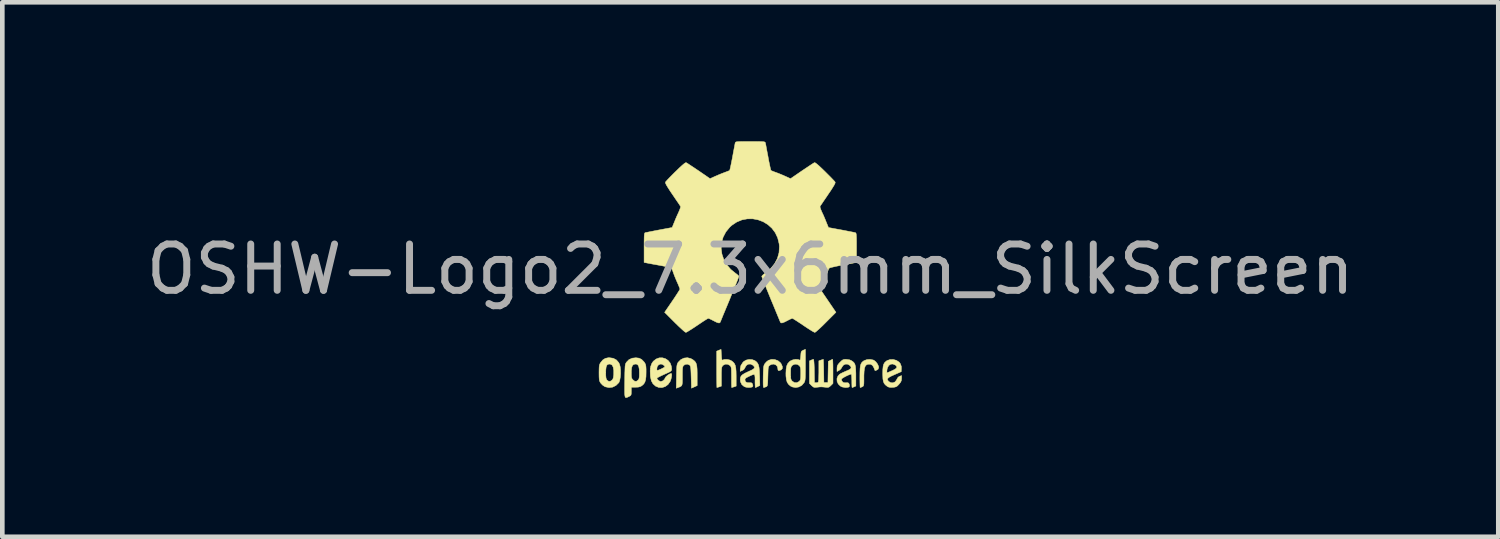
<source format=kicad_pcb>
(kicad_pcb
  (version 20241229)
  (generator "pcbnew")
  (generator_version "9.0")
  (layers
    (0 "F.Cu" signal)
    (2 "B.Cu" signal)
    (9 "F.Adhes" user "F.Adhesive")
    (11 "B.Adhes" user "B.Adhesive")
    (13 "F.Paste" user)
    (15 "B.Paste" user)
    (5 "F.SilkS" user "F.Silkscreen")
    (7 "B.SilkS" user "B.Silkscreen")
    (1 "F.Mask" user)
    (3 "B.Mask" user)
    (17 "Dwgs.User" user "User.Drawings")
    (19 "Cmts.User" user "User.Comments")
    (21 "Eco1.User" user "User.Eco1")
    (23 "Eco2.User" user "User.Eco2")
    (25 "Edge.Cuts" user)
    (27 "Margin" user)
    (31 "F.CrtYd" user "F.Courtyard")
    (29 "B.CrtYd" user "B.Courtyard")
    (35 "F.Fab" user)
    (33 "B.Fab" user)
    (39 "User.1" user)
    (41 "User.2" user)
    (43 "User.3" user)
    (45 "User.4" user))
  (footprint "OSHW-Logo2_7.3x6mm_SilkScreen"
    (layer "F.Cu")
    (at 13.149 2.763)
    (property "Reference" "OSHW-Logo2_7.3x6mm_SilkScreen" (at 0 0 180) (layer "F.Fab") (effects (font (size 1 1) (thickness 0.15))))
    (attr exclude_from_pos_files exclude_from_bom)
    (fp_poly (pts (xy 2.653 1.959) (xy 2.67 1.966) (xy 2.711 1.999) (xy 2.747 2.047) (xy 2.769 2.097) (xy 2.772 2.122) (xy 2.76 2.157) (xy 2.734 2.175) (xy 2.706 2.187) (xy 2.693 2.189) (xy 2.687 2.174) (xy 2.674 2.141) (xy 2.669 2.127) (xy 2.639 2.076) (xy 2.595 2.05) (xy 2.538 2.051) (xy 2.534 2.052) (xy 2.504 2.067) (xy 2.481 2.094) (xy 2.466 2.139) (xy 2.457 2.205) (xy 2.453 2.294) (xy 2.453 2.341) (xy 2.453 2.416) (xy 2.452 2.467) (xy 2.448 2.499) (xy 2.442 2.518) (xy 2.432 2.529) (xy 2.417 2.537) (xy 2.416 2.538) (xy 2.387 2.55) (xy 2.372 2.555) (xy 2.37 2.541) (xy 2.368 2.503) (xy 2.367 2.446) (xy 2.366 2.374) (xy 2.366 2.322) (xy 2.367 2.22) (xy 2.37 2.143) (xy 2.377 2.086) (xy 2.389 2.045) (xy 2.407 2.014) (xy 2.432 1.99) (xy 2.457 1.973) (xy 2.517 1.951) (xy 2.587 1.946) (xy 2.653 1.959)) (stroke (width 0.01) (type solid)) (fill yes) (layer "F.SilkS"))
    (fp_poly (pts (xy -1.284 1.928) (xy -1.237 1.955) (xy -1.205 1.981) (xy -1.181 2.009) (xy -1.165 2.044) (xy -1.155 2.089) (xy -1.149 2.151) (xy -1.147 2.234) (xy -1.147 2.293) (xy -1.147 2.512) (xy -1.208 2.54) (xy -1.27 2.568) (xy -1.277 2.328) (xy -1.28 2.238) (xy -1.283 2.173) (xy -1.287 2.128) (xy -1.293 2.099) (xy -1.3 2.081) (xy -1.31 2.07) (xy -1.313 2.067) (xy -1.36 2.048) (xy -1.408 2.056) (xy -1.437 2.076) (xy -1.449 2.09) (xy -1.457 2.108) (xy -1.462 2.136) (xy -1.465 2.179) (xy -1.466 2.242) (xy -1.466 2.307) (xy -1.466 2.389) (xy -1.467 2.447) (xy -1.472 2.486) (xy -1.482 2.512) (xy -1.499 2.528) (xy -1.525 2.541) (xy -1.56 2.554) (xy -1.598 2.569) (xy -1.594 2.311) (xy -1.592 2.219) (xy -1.59 2.15) (xy -1.587 2.101) (xy -1.582 2.066) (xy -1.575 2.042) (xy -1.566 2.022) (xy -1.554 2.005) (xy -1.499 1.95) (xy -1.431 1.918) (xy -1.357 1.91) (xy -1.284 1.928)) (stroke (width 0.01) (type solid)) (fill yes) (layer "F.SilkS"))
    (fp_poly (pts (xy 0.53 1.95) (xy 0.596 1.974) (xy 0.649 2.017) (xy 0.67 2.047) (xy 0.693 2.103) (xy 0.692 2.143) (xy 0.669 2.17) (xy 0.66 2.175) (xy 0.622 2.189) (xy 0.602 2.185) (xy 0.595 2.161) (xy 0.595 2.148) (xy 0.583 2.099) (xy 0.551 2.065) (xy 0.508 2.048) (xy 0.459 2.053) (xy 0.419 2.074) (xy 0.405 2.087) (xy 0.396 2.101) (xy 0.389 2.124) (xy 0.385 2.159) (xy 0.383 2.212) (xy 0.381 2.288) (xy 0.38 2.312) (xy 0.378 2.394) (xy 0.376 2.451) (xy 0.372 2.49) (xy 0.367 2.513) (xy 0.359 2.526) (xy 0.347 2.535) (xy 0.339 2.538) (xy 0.307 2.55) (xy 0.288 2.555) (xy 0.282 2.541) (xy 0.278 2.5) (xy 0.277 2.431) (xy 0.278 2.334) (xy 0.278 2.319) (xy 0.28 2.23) (xy 0.283 2.165) (xy 0.286 2.119) (xy 0.292 2.087) (xy 0.3 2.064) (xy 0.311 2.044) (xy 0.317 2.035) (xy 0.35 1.998) (xy 0.388 1.969) (xy 0.392 1.966) (xy 0.459 1.946) (xy 0.53 1.95)) (stroke (width 0.01) (type solid)) (fill yes) (layer "F.SilkS"))
    (fp_poly (pts (xy -0.624 1.851) (xy -0.62 1.911) (xy -0.615 1.946) (xy -0.608 1.961) (xy -0.598 1.961) (xy -0.595 1.959) (xy -0.552 1.946) (xy -0.497 1.947) (xy -0.44 1.96) (xy -0.405 1.978) (xy -0.369 2.006) (xy -0.342 2.038) (xy -0.324 2.078) (xy -0.313 2.132) (xy -0.307 2.204) (xy -0.305 2.299) (xy -0.305 2.317) (xy -0.305 2.523) (xy -0.351 2.539) (xy -0.383 2.549) (xy -0.401 2.554) (xy -0.401 2.555) (xy -0.403 2.541) (xy -0.405 2.503) (xy -0.406 2.446) (xy -0.406 2.375) (xy -0.406 2.332) (xy -0.407 2.247) (xy -0.408 2.186) (xy -0.41 2.144) (xy -0.415 2.117) (xy -0.422 2.098) (xy -0.433 2.085) (xy -0.44 2.078) (xy -0.487 2.051) (xy -0.538 2.049) (xy -0.584 2.072) (xy -0.593 2.08) (xy -0.605 2.095) (xy -0.614 2.114) (xy -0.619 2.14) (xy -0.622 2.18) (xy -0.624 2.238) (xy -0.624 2.318) (xy -0.624 2.523) (xy -0.67 2.539) (xy -0.702 2.549) (xy -0.72 2.554) (xy -0.721 2.555) (xy -0.722 2.541) (xy -0.723 2.501) (xy -0.724 2.441) (xy -0.725 2.362) (xy -0.726 2.269) (xy -0.726 2.167) (xy -0.726 1.769) (xy -0.679 1.749) (xy -0.631 1.73) (xy -0.624 1.851)) (stroke (width 0.01) (type solid)) (fill yes) (layer "F.SilkS"))
    (fp_poly (pts (xy 1.78 1.959) (xy 1.782 1.997) (xy 1.784 2.055) (xy 1.785 2.128) (xy 1.785 2.205) (xy 1.785 2.465) (xy 1.739 2.511) (xy 1.708 2.539) (xy 1.68 2.551) (xy 1.642 2.55) (xy 1.627 2.548) (xy 1.58 2.543) (xy 1.541 2.54) (xy 1.531 2.54) (xy 1.499 2.541) (xy 1.453 2.546) (xy 1.436 2.548) (xy 1.392 2.552) (xy 1.363 2.544) (xy 1.334 2.521) (xy 1.323 2.511) (xy 1.277 2.465) (xy 1.277 1.979) (xy 1.314 1.962) (xy 1.346 1.949) (xy 1.365 1.945) (xy 1.369 1.959) (xy 1.374 1.997) (xy 1.378 2.056) (xy 1.381 2.132) (xy 1.382 2.195) (xy 1.386 2.446) (xy 1.421 2.451) (xy 1.452 2.447) (xy 1.468 2.436) (xy 1.472 2.415) (xy 1.476 2.371) (xy 1.478 2.309) (xy 1.48 2.235) (xy 1.48 2.197) (xy 1.48 1.977) (xy 1.526 1.961) (xy 1.559 1.95) (xy 1.576 1.945) (xy 1.577 1.945) (xy 1.578 1.959) (xy 1.58 1.997) (xy 1.582 2.054) (xy 1.584 2.127) (xy 1.585 2.195) (xy 1.589 2.446) (xy 1.676 2.446) (xy 1.68 2.217) (xy 1.684 1.989) (xy 1.727 1.967) (xy 1.758 1.952) (xy 1.777 1.945) (xy 1.777 1.945) (xy 1.78 1.959)) (stroke (width 0.01) (type solid)) (fill yes) (layer "F.SilkS"))
    (fp_poly (pts (xy -2.959 1.922) (xy -2.891 1.958) (xy -2.841 2.015) (xy -2.823 2.052) (xy -2.809 2.108) (xy -2.802 2.178) (xy -2.801 2.255) (xy -2.807 2.33) (xy -2.818 2.394) (xy -2.834 2.441) (xy -2.839 2.449) (xy -2.9 2.509) (xy -2.971 2.545) (xy -3.049 2.555) (xy -3.127 2.539) (xy -3.149 2.529) (xy -3.192 2.499) (xy -3.229 2.459) (xy -3.233 2.454) (xy -3.247 2.43) (xy -3.257 2.404) (xy -3.262 2.37) (xy -3.265 2.321) (xy -3.266 2.251) (xy -3.266 2.235) (xy -3.266 2.23) (xy -3.121 2.23) (xy -3.12 2.296) (xy -3.116 2.34) (xy -3.109 2.369) (xy -3.098 2.388) (xy -3.092 2.395) (xy -3.057 2.42) (xy -3.023 2.419) (xy -2.989 2.397) (xy -2.969 2.374) (xy -2.957 2.34) (xy -2.95 2.288) (xy -2.949 2.281) (xy -2.948 2.186) (xy -2.96 2.114) (xy -2.985 2.068) (xy -3.023 2.048) (xy -3.037 2.047) (xy -3.073 2.052) (xy -3.097 2.072) (xy -3.112 2.109) (xy -3.119 2.168) (xy -3.121 2.23) (xy -3.266 2.23) (xy -3.265 2.16) (xy -3.263 2.108) (xy -3.258 2.072) (xy -3.249 2.045) (xy -3.236 2.022) (xy -3.233 2.017) (xy -3.184 1.958) (xy -3.13 1.924) (xy -3.064 1.91) (xy -3.042 1.91) (xy -2.959 1.922)) (stroke (width 0.01) (type solid)) (fill yes) (layer "F.SilkS"))
    (fp_poly (pts (xy 3.154 1.967) (xy 3.211 2.004) (xy 3.239 2.038) (xy 3.261 2.099) (xy 3.262 2.147) (xy 3.258 2.212) (xy 3.11 2.277) (xy 3.037 2.31) (xy 2.99 2.337) (xy 2.966 2.36) (xy 2.961 2.383) (xy 2.975 2.407) (xy 2.99 2.424) (xy 3.034 2.45) (xy 3.081 2.452) (xy 3.125 2.432) (xy 3.157 2.391) (xy 3.163 2.376) (xy 3.191 2.331) (xy 3.222 2.312) (xy 3.266 2.296) (xy 3.266 2.358) (xy 3.262 2.4) (xy 3.247 2.436) (xy 3.215 2.477) (xy 3.211 2.482) (xy 3.176 2.519) (xy 3.145 2.538) (xy 3.108 2.547) (xy 3.076 2.55) (xy 3.02 2.551) (xy 2.981 2.542) (xy 2.956 2.528) (xy 2.917 2.497) (xy 2.89 2.465) (xy 2.873 2.423) (xy 2.863 2.368) (xy 2.86 2.291) (xy 2.859 2.253) (xy 2.86 2.206) (xy 2.948 2.206) (xy 2.949 2.231) (xy 2.952 2.235) (xy 2.968 2.23) (xy 3.004 2.215) (xy 3.052 2.194) (xy 3.062 2.19) (xy 3.123 2.159) (xy 3.157 2.132) (xy 3.164 2.106) (xy 3.146 2.08) (xy 3.132 2.069) (xy 3.079 2.046) (xy 3.03 2.05) (xy 2.989 2.078) (xy 2.961 2.127) (xy 2.952 2.166) (xy 2.948 2.206) (xy 2.86 2.206) (xy 2.861 2.162) (xy 2.868 2.095) (xy 2.882 2.047) (xy 2.904 2.011) (xy 2.937 1.983) (xy 2.951 1.973) (xy 3.015 1.95) (xy 3.085 1.948) (xy 3.154 1.967)) (stroke (width 0.01) (type solid)) (fill yes) (layer "F.SilkS"))
    (fp_poly (pts (xy 1.19 2.065) (xy 1.19 2.174) (xy 1.189 2.257) (xy 1.188 2.32) (xy 1.185 2.365) (xy 1.181 2.397) (xy 1.175 2.421) (xy 1.167 2.439) (xy 1.161 2.449) (xy 1.112 2.506) (xy 1.049 2.541) (xy 0.98 2.554) (xy 0.911 2.542) (xy 0.869 2.522) (xy 0.826 2.485) (xy 0.796 2.441) (xy 0.779 2.383) (xy 0.77 2.306) (xy 0.769 2.25) (xy 0.769 2.246) (xy 0.871 2.246) (xy 0.871 2.311) (xy 0.874 2.354) (xy 0.881 2.382) (xy 0.893 2.402) (xy 0.906 2.417) (xy 0.953 2.447) (xy 1.004 2.449) (xy 1.051 2.425) (xy 1.055 2.421) (xy 1.071 2.404) (xy 1.081 2.383) (xy 1.086 2.352) (xy 1.088 2.305) (xy 1.089 2.252) (xy 1.088 2.185) (xy 1.085 2.141) (xy 1.078 2.112) (xy 1.066 2.091) (xy 1.057 2.08) (xy 1.013 2.052) (xy 0.962 2.049) (xy 0.914 2.07) (xy 0.904 2.078) (xy 0.889 2.096) (xy 0.879 2.117) (xy 0.873 2.148) (xy 0.871 2.196) (xy 0.871 2.246) (xy 0.769 2.246) (xy 0.773 2.159) (xy 0.785 2.09) (xy 0.807 2.039) (xy 0.842 1.998) (xy 0.869 1.978) (xy 0.919 1.956) (xy 0.976 1.945) (xy 1.03 1.948) (xy 1.06 1.959) (xy 1.071 1.962) (xy 1.079 1.951) (xy 1.084 1.919) (xy 1.089 1.871) (xy 1.093 1.817) (xy 1.099 1.784) (xy 1.111 1.766) (xy 1.131 1.754) (xy 1.143 1.748) (xy 1.19 1.729) (xy 1.19 2.065)) (stroke (width 0.01) (type solid)) (fill yes) (layer "F.SilkS"))
    (fp_poly (pts (xy -1.832 1.931) (xy -1.774 1.97) (xy -1.73 2.025) (xy -1.704 2.096) (xy -1.698 2.148) (xy -1.699 2.17) (xy -1.704 2.187) (xy -1.718 2.201) (xy -1.745 2.218) (xy -1.79 2.239) (xy -1.857 2.269) (xy -1.858 2.27) (xy -1.92 2.298) (xy -1.97 2.323) (xy -2.005 2.342) (xy -2.017 2.353) (xy -2.017 2.353) (xy -2.006 2.376) (xy -1.98 2.402) (xy -1.949 2.42) (xy -1.934 2.424) (xy -1.891 2.411) (xy -1.855 2.379) (xy -1.837 2.345) (xy -1.82 2.319) (xy -1.787 2.29) (xy -1.748 2.264) (xy -1.713 2.25) (xy -1.706 2.25) (xy -1.698 2.262) (xy -1.697 2.294) (xy -1.703 2.337) (xy -1.715 2.383) (xy -1.73 2.423) (xy -1.731 2.424) (xy -1.777 2.489) (xy -1.837 2.533) (xy -1.906 2.555) (xy -1.976 2.552) (xy -2.044 2.524) (xy -2.047 2.522) (xy -2.101 2.473) (xy -2.136 2.41) (xy -2.155 2.327) (xy -2.158 2.304) (xy -2.162 2.194) (xy -2.157 2.143) (xy -2.017 2.143) (xy -2.016 2.175) (xy -2.006 2.184) (xy -1.981 2.177) (xy -1.942 2.161) (xy -1.899 2.14) (xy -1.898 2.139) (xy -1.861 2.12) (xy -1.846 2.107) (xy -1.85 2.093) (xy -1.865 2.076) (xy -1.904 2.05) (xy -1.946 2.048) (xy -1.984 2.067) (xy -2.01 2.103) (xy -2.017 2.143) (xy -2.157 2.143) (xy -2.153 2.106) (xy -2.128 2.036) (xy -2.095 1.987) (xy -2.033 1.938) (xy -1.966 1.913) (xy -1.897 1.912) (xy -1.832 1.931)) (stroke (width 0.01) (type solid)) (fill yes) (layer "F.SilkS"))
    (fp_poly (pts (xy 0.04 1.951) (xy 0.097 1.972) (xy 0.097 1.972) (xy 0.132 1.998) (xy 0.158 2.029) (xy 0.177 2.068) (xy 0.189 2.121) (xy 0.196 2.194) (xy 0.2 2.289) (xy 0.201 2.303) (xy 0.206 2.509) (xy 0.162 2.532) (xy 0.13 2.547) (xy 0.11 2.554) (xy 0.11 2.555) (xy 0.106 2.541) (xy 0.104 2.505) (xy 0.102 2.451) (xy 0.102 2.408) (xy 0.102 2.339) (xy 0.098 2.295) (xy 0.087 2.274) (xy 0.064 2.273) (xy 0.022 2.289) (xy -0.04 2.318) (xy -0.086 2.342) (xy -0.109 2.363) (xy -0.116 2.386) (xy -0.116 2.387) (xy -0.105 2.426) (xy -0.071 2.447) (xy -0.019 2.451) (xy 0.018 2.45) (xy 0.038 2.461) (xy 0.05 2.487) (xy 0.057 2.519) (xy 0.047 2.538) (xy 0.043 2.541) (xy 0.007 2.551) (xy -0.043 2.553) (xy -0.095 2.546) (xy -0.132 2.533) (xy -0.183 2.49) (xy -0.212 2.429) (xy -0.218 2.382) (xy -0.213 2.34) (xy -0.198 2.305) (xy -0.166 2.275) (xy -0.115 2.244) (xy -0.041 2.209) (xy -0.036 2.207) (xy 0.031 2.176) (xy 0.072 2.151) (xy 0.09 2.128) (xy 0.086 2.105) (xy 0.063 2.078) (xy 0.056 2.072) (xy 0.009 2.048) (xy -0.04 2.049) (xy -0.082 2.072) (xy -0.111 2.116) (xy -0.113 2.124) (xy -0.139 2.165) (xy -0.171 2.185) (xy -0.218 2.205) (xy -0.218 2.154) (xy -0.204 2.08) (xy -0.161 2.012) (xy -0.139 1.99) (xy -0.089 1.961) (xy -0.026 1.947) (xy 0.04 1.951)) (stroke (width 0.01) (type solid)) (fill yes) (layer "F.SilkS"))
    (fp_poly (pts (xy -2.4 1.92) (xy -2.345 1.948) (xy -2.296 1.998) (xy -2.282 2.017) (xy -2.268 2.042) (xy -2.258 2.069) (xy -2.253 2.105) (xy -2.25 2.156) (xy -2.25 2.224) (xy -2.252 2.318) (xy -2.261 2.388) (xy -2.277 2.44) (xy -2.303 2.48) (xy -2.34 2.513) (xy -2.342 2.515) (xy -2.379 2.535) (xy -2.422 2.545) (xy -2.478 2.547) (xy -2.569 2.547) (xy -2.569 2.635) (xy -2.57 2.684) (xy -2.575 2.713) (xy -2.588 2.73) (xy -2.614 2.745) (xy -2.62 2.748) (xy -2.649 2.762) (xy -2.672 2.77) (xy -2.688 2.771) (xy -2.7 2.761) (xy -2.707 2.737) (xy -2.712 2.696) (xy -2.713 2.636) (xy -2.713 2.553) (xy -2.712 2.445) (xy -2.711 2.413) (xy -2.71 2.302) (xy -2.709 2.229) (xy -2.569 2.229) (xy -2.568 2.29) (xy -2.565 2.331) (xy -2.557 2.358) (xy -2.543 2.378) (xy -2.533 2.388) (xy -2.495 2.418) (xy -2.46 2.42) (xy -2.425 2.396) (xy -2.424 2.395) (xy -2.409 2.376) (xy -2.401 2.351) (xy -2.396 2.312) (xy -2.395 2.252) (xy -2.395 2.238) (xy -2.398 2.156) (xy -2.409 2.099) (xy -2.429 2.064) (xy -2.458 2.048) (xy -2.476 2.047) (xy -2.516 2.054) (xy -2.544 2.078) (xy -2.561 2.123) (xy -2.568 2.191) (xy -2.569 2.229) (xy -2.709 2.229) (xy -2.708 2.215) (xy -2.706 2.15) (xy -2.704 2.103) (xy -2.7 2.069) (xy -2.694 2.045) (xy -2.687 2.028) (xy -2.677 2.012) (xy -2.673 2.006) (xy -2.619 1.951) (xy -2.55 1.92) (xy -2.47 1.911) (xy -2.4 1.92)) (stroke (width 0.01) (type solid)) (fill yes) (layer "F.SilkS"))
    (fp_poly (pts (xy 2.145 1.956) (xy 2.187 1.975) (xy 2.219 1.998) (xy 2.244 2.024) (xy 2.26 2.057) (xy 2.271 2.103) (xy 2.276 2.165) (xy 2.279 2.249) (xy 2.279 2.305) (xy 2.279 2.521) (xy 2.242 2.538) (xy 2.213 2.55) (xy 2.198 2.555) (xy 2.195 2.541) (xy 2.193 2.505) (xy 2.192 2.452) (xy 2.192 2.409) (xy 2.19 2.348) (xy 2.187 2.3) (xy 2.182 2.271) (xy 2.178 2.264) (xy 2.153 2.271) (xy 2.112 2.287) (xy 2.066 2.309) (xy 2.021 2.333) (xy 1.986 2.355) (xy 1.97 2.37) (xy 1.97 2.37) (xy 1.971 2.397) (xy 1.984 2.423) (xy 2.006 2.444) (xy 2.038 2.451) (xy 2.065 2.451) (xy 2.104 2.45) (xy 2.124 2.459) (xy 2.136 2.483) (xy 2.138 2.488) (xy 2.143 2.522) (xy 2.129 2.543) (xy 2.092 2.552) (xy 2.052 2.554) (xy 1.981 2.541) (xy 1.943 2.521) (xy 1.898 2.476) (xy 1.873 2.42) (xy 1.871 2.361) (xy 1.892 2.306) (xy 1.923 2.271) (xy 1.953 2.252) (xy 2.002 2.228) (xy 2.058 2.203) (xy 2.068 2.199) (xy 2.13 2.172) (xy 2.166 2.148) (xy 2.177 2.124) (xy 2.167 2.097) (xy 2.148 2.076) (xy 2.104 2.05) (xy 2.056 2.048) (xy 2.012 2.068) (xy 1.981 2.108) (xy 1.977 2.118) (xy 1.952 2.156) (xy 1.917 2.184) (xy 1.872 2.207) (xy 1.872 2.141) (xy 1.875 2.102) (xy 1.886 2.07) (xy 1.911 2.036) (xy 1.935 2.01) (xy 1.972 1.974) (xy 2.001 1.954) (xy 2.033 1.946) (xy 2.068 1.945) (xy 2.145 1.956)) (stroke (width 0.01) (type solid)) (fill yes) (layer "F.SilkS"))
    (fp_poly (pts (xy 0.104 -2.758) (xy 0.182 -2.757) (xy 0.239 -2.756) (xy 0.278 -2.754) (xy 0.303 -2.75) (xy 0.316 -2.744) (xy 0.323 -2.737) (xy 0.326 -2.726) (xy 0.327 -2.725) (xy 0.332 -2.701) (xy 0.341 -2.653) (xy 0.353 -2.587) (xy 0.368 -2.508) (xy 0.385 -2.42) (xy 0.385 -2.417) (xy 0.401 -2.331) (xy 0.417 -2.255) (xy 0.43 -2.194) (xy 0.44 -2.152) (xy 0.446 -2.133) (xy 0.447 -2.133) (xy 0.465 -2.124) (xy 0.502 -2.109) (xy 0.551 -2.091) (xy 0.552 -2.091) (xy 0.613 -2.068) (xy 0.686 -2.038) (xy 0.754 -2.008) (xy 0.757 -2.007) (xy 0.869 -1.956) (xy 1.115 -2.125) (xy 1.191 -2.176) (xy 1.26 -2.222) (xy 1.317 -2.26) (xy 1.359 -2.287) (xy 1.383 -2.301) (xy 1.385 -2.302) (xy 1.402 -2.298) (xy 1.434 -2.275) (xy 1.481 -2.235) (xy 1.546 -2.174) (xy 1.612 -2.11) (xy 1.676 -2.046) (xy 1.733 -1.989) (xy 1.78 -1.94) (xy 1.814 -1.904) (xy 1.83 -1.884) (xy 1.831 -1.883) (xy 1.833 -1.869) (xy 1.826 -1.847) (xy 1.809 -1.814) (xy 1.779 -1.765) (xy 1.737 -1.699) (xy 1.679 -1.614) (xy 1.629 -1.54) (xy 1.583 -1.473) (xy 1.546 -1.417) (xy 1.519 -1.378) (xy 1.506 -1.357) (xy 1.505 -1.356) (xy 1.507 -1.336) (xy 1.519 -1.298) (xy 1.54 -1.248) (xy 1.547 -1.232) (xy 1.58 -1.162) (xy 1.614 -1.082) (xy 1.642 -1.012) (xy 1.663 -0.961) (xy 1.679 -0.922) (xy 1.688 -0.901) (xy 1.689 -0.9) (xy 1.706 -0.897) (xy 1.746 -0.89) (xy 1.804 -0.879) (xy 1.875 -0.866) (xy 1.952 -0.852) (xy 2.032 -0.837) (xy 2.107 -0.822) (xy 2.174 -0.809) (xy 2.227 -0.799) (xy 2.26 -0.792) (xy 2.268 -0.79) (xy 2.276 -0.785) (xy 2.283 -0.774) (xy 2.287 -0.754) (xy 2.29 -0.72) (xy 2.292 -0.67) (xy 2.293 -0.599) (xy 2.293 -0.504) (xy 2.293 -0.465) (xy 2.293 -0.147) (xy 2.217 -0.132) (xy 2.175 -0.124) (xy 2.111 -0.112) (xy 2.035 -0.098) (xy 1.953 -0.083) (xy 1.93 -0.079) (xy 1.855 -0.064) (xy 1.789 -0.049) (xy 1.738 -0.037) (xy 1.709 -0.027) (xy 1.704 -0.024) (xy 1.691 -0.003) (xy 1.674 0.038) (xy 1.655 0.09) (xy 1.651 0.102) (xy 1.625 0.172) (xy 1.594 0.25) (xy 1.563 0.321) (xy 1.563 0.322) (xy 1.511 0.433) (xy 1.68 0.681) (xy 1.849 0.93) (xy 1.632 1.147) (xy 1.567 1.212) (xy 1.507 1.269) (xy 1.456 1.315) (xy 1.418 1.348) (xy 1.396 1.363) (xy 1.392 1.364) (xy 1.374 1.356) (xy 1.335 1.335) (xy 1.281 1.301) (xy 1.216 1.259) (xy 1.146 1.212) (xy 1.075 1.164) (xy 1.011 1.122) (xy 0.959 1.089) (xy 0.923 1.067) (xy 0.907 1.06) (xy 0.887 1.066) (xy 0.85 1.083) (xy 0.803 1.107) (xy 0.798 1.11) (xy 0.734 1.142) (xy 0.69 1.158) (xy 0.663 1.158) (xy 0.649 1.143) (xy 0.649 1.143) (xy 0.642 1.126) (xy 0.625 1.085) (xy 0.6 1.024) (xy 0.567 0.945) (xy 0.529 0.852) (xy 0.486 0.748) (xy 0.444 0.648) (xy 0.399 0.537) (xy 0.357 0.434) (xy 0.32 0.342) (xy 0.289 0.265) (xy 0.266 0.206) (xy 0.251 0.167) (xy 0.247 0.153) (xy 0.258 0.136) (xy 0.287 0.11) (xy 0.326 0.081) (xy 0.437 -0.011) (xy 0.523 -0.116) (xy 0.585 -0.233) (xy 0.62 -0.358) (xy 0.628 -0.49) (xy 0.622 -0.552) (xy 0.591 -0.678) (xy 0.538 -0.79) (xy 0.466 -0.886) (xy 0.378 -0.965) (xy 0.278 -1.026) (xy 0.168 -1.067) (xy 0.053 -1.089) (xy -0.065 -1.088) (xy -0.181 -1.066) (xy -0.294 -1.019) (xy -0.4 -0.948) (xy -0.444 -0.908) (xy -0.528 -0.805) (xy -0.587 -0.692) (xy -0.62 -0.573) (xy -0.629 -0.451) (xy -0.613 -0.329) (xy -0.573 -0.211) (xy -0.51 -0.1) (xy -0.423 0.002) (xy -0.326 0.081) (xy -0.286 0.111) (xy -0.257 0.137) (xy -0.247 0.153) (xy -0.252 0.17) (xy -0.267 0.21) (xy -0.291 0.272) (xy -0.323 0.35) (xy -0.36 0.443) (xy -0.403 0.546) (xy -0.444 0.648) (xy -0.49 0.759) (xy -0.533 0.862) (xy -0.571 0.953) (xy -0.603 1.03) (xy -0.627 1.09) (xy -0.643 1.129) (xy -0.649 1.143) (xy -0.663 1.158) (xy -0.69 1.158) (xy -0.734 1.142) (xy -0.797 1.11) (xy -0.798 1.11) (xy -0.845 1.085) (xy -0.884 1.067) (xy -0.906 1.06) (xy -0.907 1.06) (xy -0.923 1.067) (xy -0.96 1.089) (xy -1.012 1.122) (xy -1.075 1.164) (xy -1.146 1.212) (xy -1.218 1.26) (xy -1.283 1.302) (xy -1.336 1.335) (xy -1.374 1.357) (xy -1.392 1.364) (xy -1.409 1.354) (xy -1.443 1.327) (xy -1.49 1.284) (xy -1.547 1.231) (xy -1.612 1.168) (xy -1.633 1.147) (xy -1.85 0.93) (xy -1.684 0.687) (xy -1.634 0.613) (xy -1.59 0.546) (xy -1.555 0.491) (xy -1.53 0.451) (xy -1.519 0.43) (xy -1.519 0.429) (xy -1.525 0.409) (xy -1.54 0.37) (xy -1.562 0.317) (xy -1.578 0.282) (xy -1.607 0.215) (xy -1.635 0.147) (xy -1.656 0.09) (xy -1.662 0.073) (xy -1.679 0.026) (xy -1.695 -0.01) (xy -1.704 -0.024) (xy -1.723 -0.032) (xy -1.766 -0.044) (xy -1.826 -0.058) (xy -1.898 -0.073) (xy -1.93 -0.079) (xy -2.012 -0.094) (xy -2.091 -0.108) (xy -2.159 -0.121) (xy -2.208 -0.13) (xy -2.217 -0.132) (xy -2.293 -0.147) (xy -2.293 -0.465) (xy -2.293 -0.569) (xy -2.292 -0.648) (xy -2.291 -0.705) (xy -2.288 -0.744) (xy -2.284 -0.769) (xy -2.279 -0.782) (xy -2.271 -0.789) (xy -2.268 -0.79) (xy -2.249 -0.794) (xy -2.207 -0.802) (xy -2.148 -0.814) (xy -2.077 -0.828) (xy -1.999 -0.843) (xy -1.92 -0.858) (xy -1.845 -0.872) (xy -1.779 -0.884) (xy -1.727 -0.894) (xy -1.696 -0.899) (xy -1.689 -0.9) (xy -1.683 -0.912) (xy -1.669 -0.946) (xy -1.65 -0.994) (xy -1.642 -1.012) (xy -1.613 -1.085) (xy -1.578 -1.165) (xy -1.547 -1.232) (xy -1.525 -1.284) (xy -1.51 -1.326) (xy -1.504 -1.352) (xy -1.505 -1.356) (xy -1.516 -1.372) (xy -1.54 -1.409) (xy -1.576 -1.461) (xy -1.62 -1.526) (xy -1.67 -1.6) (xy -1.68 -1.614) (xy -1.738 -1.7) (xy -1.78 -1.766) (xy -1.809 -1.814) (xy -1.826 -1.847) (xy -1.833 -1.869) (xy -1.831 -1.883) (xy -1.831 -1.883) (xy -1.816 -1.901) (xy -1.785 -1.935) (xy -1.739 -1.983) (xy -1.683 -2.04) (xy -1.62 -2.103) (xy -1.612 -2.11) (xy -1.533 -2.187) (xy -1.471 -2.244) (xy -1.427 -2.281) (xy -1.398 -2.3) (xy -1.385 -2.302) (xy -1.367 -2.292) (xy -1.328 -2.267) (xy -1.274 -2.231) (xy -1.207 -2.187) (xy -1.133 -2.137) (xy -1.115 -2.125) (xy -0.869 -1.956) (xy -0.757 -2.007) (xy -0.69 -2.036) (xy -0.617 -2.066) (xy -0.554 -2.09) (xy -0.552 -2.091) (xy -0.503 -2.109) (xy -0.465 -2.124) (xy -0.447 -2.133) (xy -0.447 -2.133) (xy -0.441 -2.149) (xy -0.431 -2.19) (xy -0.418 -2.25) (xy -0.403 -2.325) (xy -0.386 -2.41) (xy -0.385 -2.417) (xy -0.369 -2.505) (xy -0.354 -2.585) (xy -0.341 -2.651) (xy -0.332 -2.7) (xy -0.327 -2.725) (xy -0.327 -2.725) (xy -0.323 -2.736) (xy -0.317 -2.744) (xy -0.305 -2.75) (xy -0.281 -2.753) (xy -0.244 -2.756) (xy -0.19 -2.757) (xy -0.114 -2.758) (xy -0.013 -2.758) (xy 0 -2.758) (xy 0.104 -2.758)) (stroke (width 0.01) (type solid)) (fill yes) (layer "F.SilkS")))
  (gr_rect
    (start -3 -3)
    (end 29.298 8.539)
    (stroke (width 0.1) (type default))
    (fill no)
    (layer "Edge.Cuts")))
</source>
